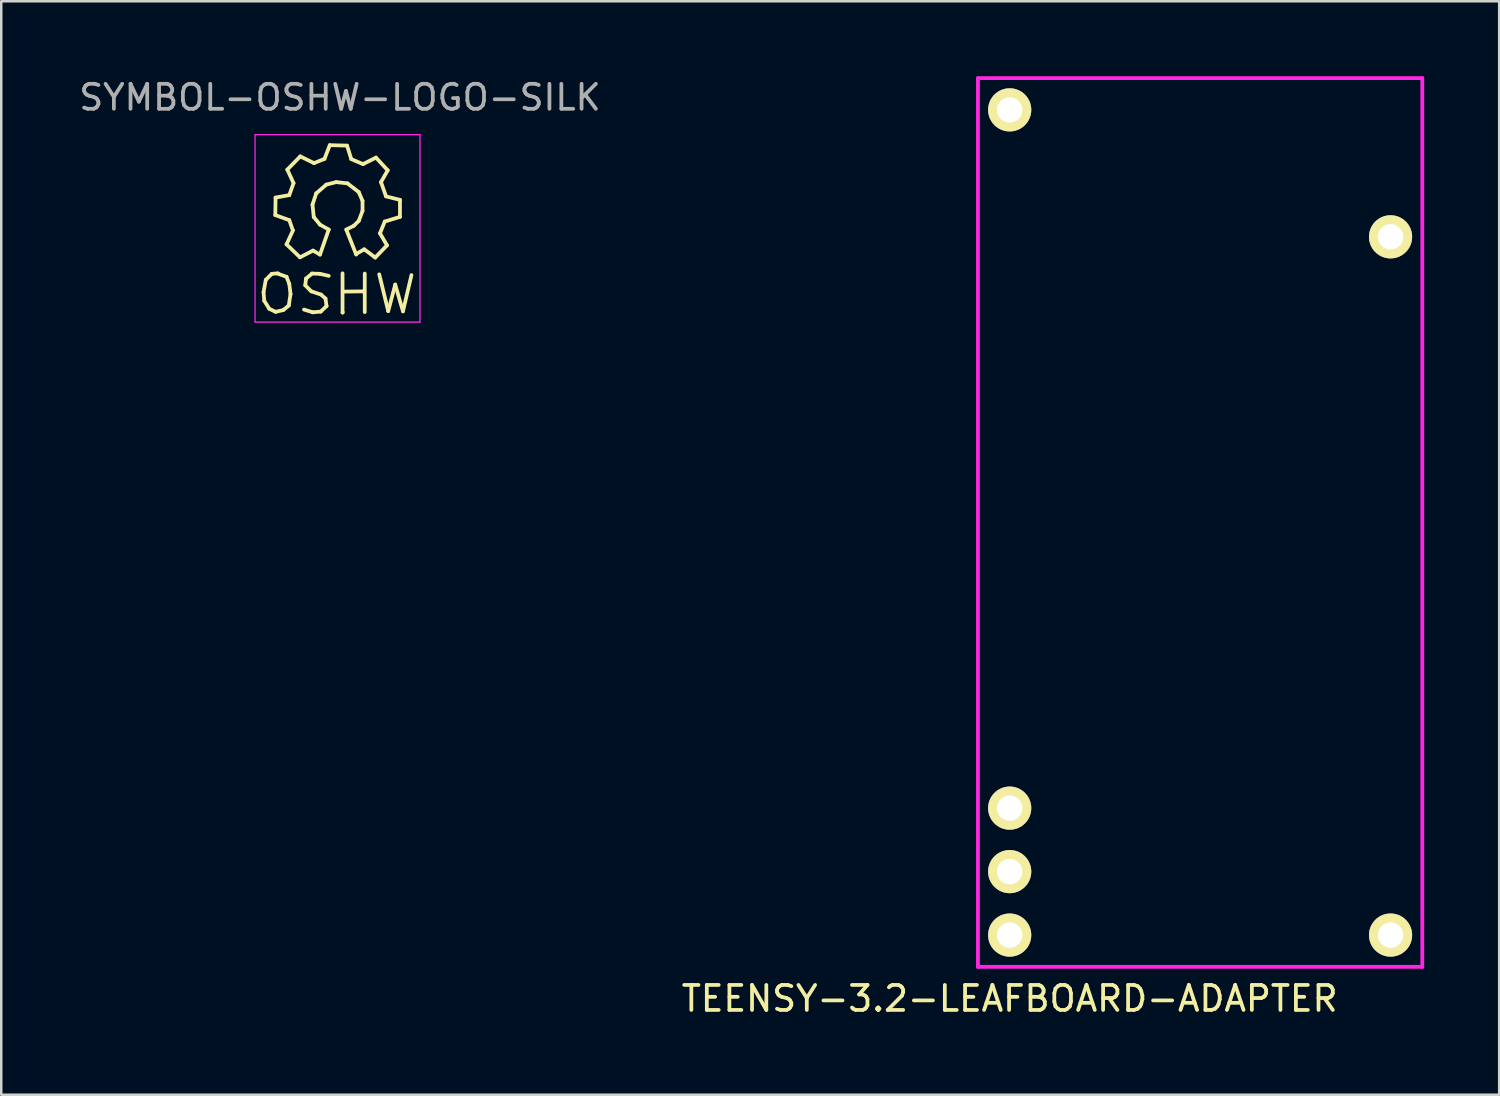
<source format=kicad_pcb>
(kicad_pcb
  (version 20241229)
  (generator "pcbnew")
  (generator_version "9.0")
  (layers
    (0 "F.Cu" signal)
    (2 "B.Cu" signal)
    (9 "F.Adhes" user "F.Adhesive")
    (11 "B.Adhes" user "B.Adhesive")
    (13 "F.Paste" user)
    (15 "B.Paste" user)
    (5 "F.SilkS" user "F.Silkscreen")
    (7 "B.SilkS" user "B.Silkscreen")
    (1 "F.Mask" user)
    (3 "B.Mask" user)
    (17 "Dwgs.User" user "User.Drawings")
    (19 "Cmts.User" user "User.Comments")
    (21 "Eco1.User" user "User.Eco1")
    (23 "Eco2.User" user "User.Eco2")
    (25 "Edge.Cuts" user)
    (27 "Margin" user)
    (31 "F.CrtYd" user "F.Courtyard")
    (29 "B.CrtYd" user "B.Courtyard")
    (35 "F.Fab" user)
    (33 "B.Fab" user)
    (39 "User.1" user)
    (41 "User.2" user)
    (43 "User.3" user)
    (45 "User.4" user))
  (footprint "TEENSY-3.2-LEAFBOARD-ADAPTER"
    (layer "F.Cu")
    (at 47.511 11.506)
    (property "Reference" "TEENSY-3.2-LEAFBOARD-ADAPTER" (at -10.16 25.4 0) (layer "F.SilkS") (effects (font (size 1 1) (thickness 0.15))))
    (attr through_hole)
    (fp_line (start -11.43 -11.43) (end -11.43 24.13) (stroke (width 0.152) (type solid)) (layer "F.CrtYd"))
    (fp_line (start -11.43 24.13) (end 6.35 24.13) (stroke (width 0.152) (type solid)) (layer "F.CrtYd"))
    (fp_line (start 6.35 -11.43) (end -11.43 -11.43) (stroke (width 0.152) (type solid)) (layer "F.CrtYd"))
    (fp_line (start 6.35 24.13) (end 6.35 -11.43) (stroke (width 0.152) (type solid)) (layer "F.CrtYd"))
    (pad "3V2" thru_hole circle (at 5.08 -5.08) (size 1.727 1.727) (drill 1.016) (layers "*.Cu" "*.Mask" "F.SilkS"))
    (pad "10" thru_hole circle (at -10.16 17.78) (size 1.727 1.727) (drill 1.016) (layers "*.Cu" "*.Mask" "F.SilkS"))
    (pad "11" thru_hole circle (at -10.16 20.32) (size 1.727 1.727) (drill 1.016) (layers "*.Cu" "*.Mask" "F.SilkS"))
    (pad "12" thru_hole circle (at -10.16 22.86) (size 1.727 1.727) (drill 1.016) (layers "*.Cu" "*.Mask" "F.SilkS"))
    (pad "13" thru_hole circle (at 5.08 22.86) (size 1.727 1.727) (drill 1.016) (layers "*.Cu" "*.Mask" "F.SilkS"))
    (pad "G1" thru_hole circle (at -10.16 -10.16) (size 1.727 1.727) (drill 1.016) (layers "*.Cu" "*.Mask" "F.SilkS")))
  (footprint "SYMBOL-OSHW-LOGO-SILK"
    (layer "F.Cu")
    (at 10.455 5.237)
    (property "Reference" "SYMBOL-OSHW-LOGO-SILK" (at 0.099 -4.389 0) (layer "F.Fab") (effects (font (size 1 1) (thickness 0.15))))
    (attr through_hole)
    (fp_line (start -2.959 3.401) (end -2.931 3.749) (stroke (width 0.15) (type solid)) (layer "F.SilkS"))
    (fp_line (start -2.931 3.749) (end -2.731 4.069) (stroke (width 0.15) (type solid)) (layer "F.SilkS"))
    (fp_line (start -2.87 2.911) (end -2.959 3.401) (stroke (width 0.15) (type solid)) (layer "F.SilkS"))
    (fp_line (start -2.731 4.069) (end -2.479 4.191) (stroke (width 0.15) (type solid)) (layer "F.SilkS"))
    (fp_line (start -2.629 2.67) (end -2.87 2.911) (stroke (width 0.15) (type solid)) (layer "F.SilkS"))
    (fp_line (start -2.489 0.32) (end -1.93 0.521) (stroke (width 0.15) (type solid)) (layer "F.SilkS"))
    (fp_line (start -2.479 -0.381) (end -2.489 0.32) (stroke (width 0.15) (type solid)) (layer "F.SilkS"))
    (fp_line (start -2.479 4.191) (end -2.169 4.12) (stroke (width 0.15) (type solid)) (layer "F.SilkS"))
    (fp_line (start -2.38 2.649) (end -2.629 2.67) (stroke (width 0.15) (type solid)) (layer "F.SilkS"))
    (fp_line (start -2.169 4.12) (end -1.951 3.94) (stroke (width 0.15) (type solid)) (layer "F.SilkS"))
    (fp_line (start -2.04 1.491) (end -1.501 2.009) (stroke (width 0.15) (type solid)) (layer "F.SilkS"))
    (fp_line (start -2.04 2.789) (end -2.4 2.659) (stroke (width 0.15) (type solid)) (layer "F.SilkS"))
    (fp_line (start -2.009 -1.501) (end -1.76 -0.96) (stroke (width 0.15) (type solid)) (layer "F.SilkS"))
    (fp_line (start -1.951 3.94) (end -1.88 3.48) (stroke (width 0.15) (type solid)) (layer "F.SilkS"))
    (fp_line (start -1.93 -0.48) (end -2.479 -0.381) (stroke (width 0.15) (type solid)) (layer "F.SilkS"))
    (fp_line (start -1.93 0.521) (end -1.791 0.919) (stroke (width 0.15) (type solid)) (layer "F.SilkS"))
    (fp_line (start -1.93 3.071) (end -2.04 2.789) (stroke (width 0.15) (type solid)) (layer "F.SilkS"))
    (fp_line (start -1.88 3.48) (end -1.93 3.071) (stroke (width 0.15) (type solid)) (layer "F.SilkS"))
    (fp_line (start -1.781 0.93) (end -2.04 1.491) (stroke (width 0.15) (type solid)) (layer "F.SilkS"))
    (fp_line (start -1.76 -0.96) (end -1.93 -0.48) (stroke (width 0.15) (type solid)) (layer "F.SilkS"))
    (fp_line (start -1.501 2.009) (end -0.98 1.74) (stroke (width 0.15) (type solid)) (layer "F.SilkS"))
    (fp_line (start -1.491 -2.029) (end -2.009 -1.501) (stroke (width 0.15) (type solid)) (layer "F.SilkS"))
    (fp_line (start -1.29 3.129) (end -1.049 3.371) (stroke (width 0.15) (type solid)) (layer "F.SilkS"))
    (fp_line (start -1.26 2.86) (end -1.29 3.129) (stroke (width 0.15) (type solid)) (layer "F.SilkS"))
    (fp_line (start -1.049 3.371) (end -0.66 3.5) (stroke (width 0.15) (type solid)) (layer "F.SilkS"))
    (fp_line (start -1.021 2.659) (end -1.26 2.86) (stroke (width 0.15) (type solid)) (layer "F.SilkS"))
    (fp_line (start -1.001 -0.099) (end -0.95 0.399) (stroke (width 0.15) (type solid)) (layer "F.SilkS"))
    (fp_line (start -0.991 4.209) (end -1.341 4.1) (stroke (width 0.15) (type solid)) (layer "F.SilkS"))
    (fp_line (start -0.98 1.74) (end -0.701 1.9) (stroke (width 0.15) (type solid)) (layer "F.SilkS"))
    (fp_line (start -0.95 0.399) (end -0.701 0.701) (stroke (width 0.15) (type solid)) (layer "F.SilkS"))
    (fp_line (start -0.94 -1.76) (end -1.491 -2.029) (stroke (width 0.15) (type solid)) (layer "F.SilkS"))
    (fp_line (start -0.851 -0.551) (end -1.001 -0.099) (stroke (width 0.15) (type solid)) (layer "F.SilkS"))
    (fp_line (start -0.701 0.701) (end -0.351 0.899) (stroke (width 0.15) (type solid)) (layer "F.SilkS"))
    (fp_line (start -0.701 2.67) (end -1.021 2.659) (stroke (width 0.15) (type solid)) (layer "F.SilkS"))
    (fp_line (start -0.671 4.181) (end -0.991 4.209) (stroke (width 0.15) (type solid)) (layer "F.SilkS"))
    (fp_line (start -0.66 3.5) (end -0.48 3.66) (stroke (width 0.15) (type solid)) (layer "F.SilkS"))
    (fp_line (start -0.521 -1.93) (end -0.94 -1.76) (stroke (width 0.15) (type solid)) (layer "F.SilkS"))
    (fp_line (start -0.48 3.66) (end -0.439 3.96) (stroke (width 0.15) (type solid)) (layer "F.SilkS"))
    (fp_line (start -0.45 -0.899) (end -0.851 -0.551) (stroke (width 0.15) (type solid)) (layer "F.SilkS"))
    (fp_line (start -0.439 3.96) (end -0.671 4.181) (stroke (width 0.15) (type solid)) (layer "F.SilkS"))
    (fp_line (start -0.351 0.899) (end -0.701 1.9) (stroke (width 0.15) (type solid)) (layer "F.SilkS"))
    (fp_line (start -0.351 2.751) (end -0.701 2.67) (stroke (width 0.15) (type solid)) (layer "F.SilkS"))
    (fp_line (start -0.31 -2.479) (end -0.521 -1.93) (stroke (width 0.15) (type solid)) (layer "F.SilkS"))
    (fp_line (start -0.051 -1.001) (end -0.45 -0.899) (stroke (width 0.15) (type solid)) (layer "F.SilkS"))
    (fp_line (start 0.201 2.649) (end 0.201 4.219) (stroke (width 0.15) (type solid)) (layer "F.SilkS"))
    (fp_line (start 0.201 4.219) (end 0.211 4.209) (stroke (width 0.15) (type solid)) (layer "F.SilkS"))
    (fp_line (start 0.249 3.381) (end 1.039 3.371) (stroke (width 0.15) (type solid)) (layer "F.SilkS"))
    (fp_line (start 0.351 0.899) (end 0.65 0.749) (stroke (width 0.15) (type solid)) (layer "F.SilkS"))
    (fp_line (start 0.351 0.899) (end 0.749 1.9) (stroke (width 0.15) (type solid)) (layer "F.SilkS"))
    (fp_line (start 0.381 -2.461) (end -0.31 -2.479) (stroke (width 0.15) (type solid)) (layer "F.SilkS"))
    (fp_line (start 0.399 -0.95) (end -0.051 -1.001) (stroke (width 0.15) (type solid)) (layer "F.SilkS"))
    (fp_line (start 0.551 -1.92) (end 0.381 -2.461) (stroke (width 0.15) (type solid)) (layer "F.SilkS"))
    (fp_line (start 0.65 0.749) (end 0.851 0.551) (stroke (width 0.15) (type solid)) (layer "F.SilkS"))
    (fp_line (start 0.739 1.88) (end 1.069 1.689) (stroke (width 0.15) (type solid)) (layer "F.SilkS"))
    (fp_line (start 0.851 -0.599) (end 0.399 -0.95) (stroke (width 0.15) (type solid)) (layer "F.SilkS"))
    (fp_line (start 0.851 0.551) (end 1.001 0.15) (stroke (width 0.15) (type solid)) (layer "F.SilkS"))
    (fp_line (start 1.001 -0.249) (end 0.851 -0.599) (stroke (width 0.15) (type solid)) (layer "F.SilkS"))
    (fp_line (start 1.001 0.15) (end 1.001 -0.249) (stroke (width 0.15) (type solid)) (layer "F.SilkS"))
    (fp_line (start 1.021 -1.72) (end 0.551 -1.92) (stroke (width 0.15) (type solid)) (layer "F.SilkS"))
    (fp_line (start 1.039 3.371) (end 1.049 3.381) (stroke (width 0.15) (type solid)) (layer "F.SilkS"))
    (fp_line (start 1.049 3.381) (end 1.049 3.371) (stroke (width 0.15) (type solid)) (layer "F.SilkS"))
    (fp_line (start 1.069 1.689) (end 1.509 2.019) (stroke (width 0.15) (type solid)) (layer "F.SilkS"))
    (fp_line (start 1.09 2.659) (end 1.09 4.201) (stroke (width 0.15) (type solid)) (layer "F.SilkS"))
    (fp_line (start 1.509 2.019) (end 1.981 1.529) (stroke (width 0.15) (type solid)) (layer "F.SilkS"))
    (fp_line (start 1.539 -1.981) (end 1.021 -1.72) (stroke (width 0.15) (type solid)) (layer "F.SilkS"))
    (fp_line (start 1.669 2.69) (end 2.029 4.161) (stroke (width 0.15) (type solid)) (layer "F.SilkS"))
    (fp_line (start 1.699 1.049) (end 1.89 0.579) (stroke (width 0.15) (type solid)) (layer "F.SilkS"))
    (fp_line (start 1.74 -1.001) (end 2.009 -1.471) (stroke (width 0.15) (type solid)) (layer "F.SilkS"))
    (fp_line (start 1.89 0.579) (end 2.499 0.391) (stroke (width 0.15) (type solid)) (layer "F.SilkS"))
    (fp_line (start 1.941 -0.429) (end 1.74 -1.001) (stroke (width 0.15) (type solid)) (layer "F.SilkS"))
    (fp_line (start 1.981 1.529) (end 1.699 1.049) (stroke (width 0.15) (type solid)) (layer "F.SilkS"))
    (fp_line (start 2.009 -1.471) (end 1.539 -1.981) (stroke (width 0.15) (type solid)) (layer "F.SilkS"))
    (fp_line (start 2.029 4.161) (end 2.309 3.099) (stroke (width 0.15) (type solid)) (layer "F.SilkS"))
    (fp_line (start 2.309 3.099) (end 2.619 4.171) (stroke (width 0.15) (type solid)) (layer "F.SilkS"))
    (fp_line (start 2.499 -0.29) (end 1.941 -0.429) (stroke (width 0.15) (type solid)) (layer "F.SilkS"))
    (fp_line (start 2.499 0.391) (end 2.499 -0.29) (stroke (width 0.15) (type solid)) (layer "F.SilkS"))
    (fp_line (start 2.619 4.171) (end 2.959 2.72) (stroke (width 0.15) (type solid)) (layer "F.SilkS"))
    (fp_line (start -3.3 -2.9) (end -3.3 4.6) (stroke (width 0.051) (type solid)) (layer "F.CrtYd"))
    (fp_line (start -3.3 4.6) (end 3.3 4.6) (stroke (width 0.051) (type solid)) (layer "F.CrtYd"))
    (fp_line (start 3.2 -2.9) (end -3.3 -2.9) (stroke (width 0.051) (type solid)) (layer "F.CrtYd"))
    (fp_line (start 3.3 -2.9) (end 3.2 -2.9) (stroke (width 0.051) (type solid)) (layer "F.CrtYd"))
    (fp_line (start 3.3 4.6) (end 3.3 -2.9) (stroke (width 0.051) (type solid)) (layer "F.CrtYd")))
  (gr_rect
    (start -3 -3)
    (end 56.937 40.754)
    (stroke (width 0.1) (type default))
    (fill no)
    (layer "Edge.Cuts")))
</source>
